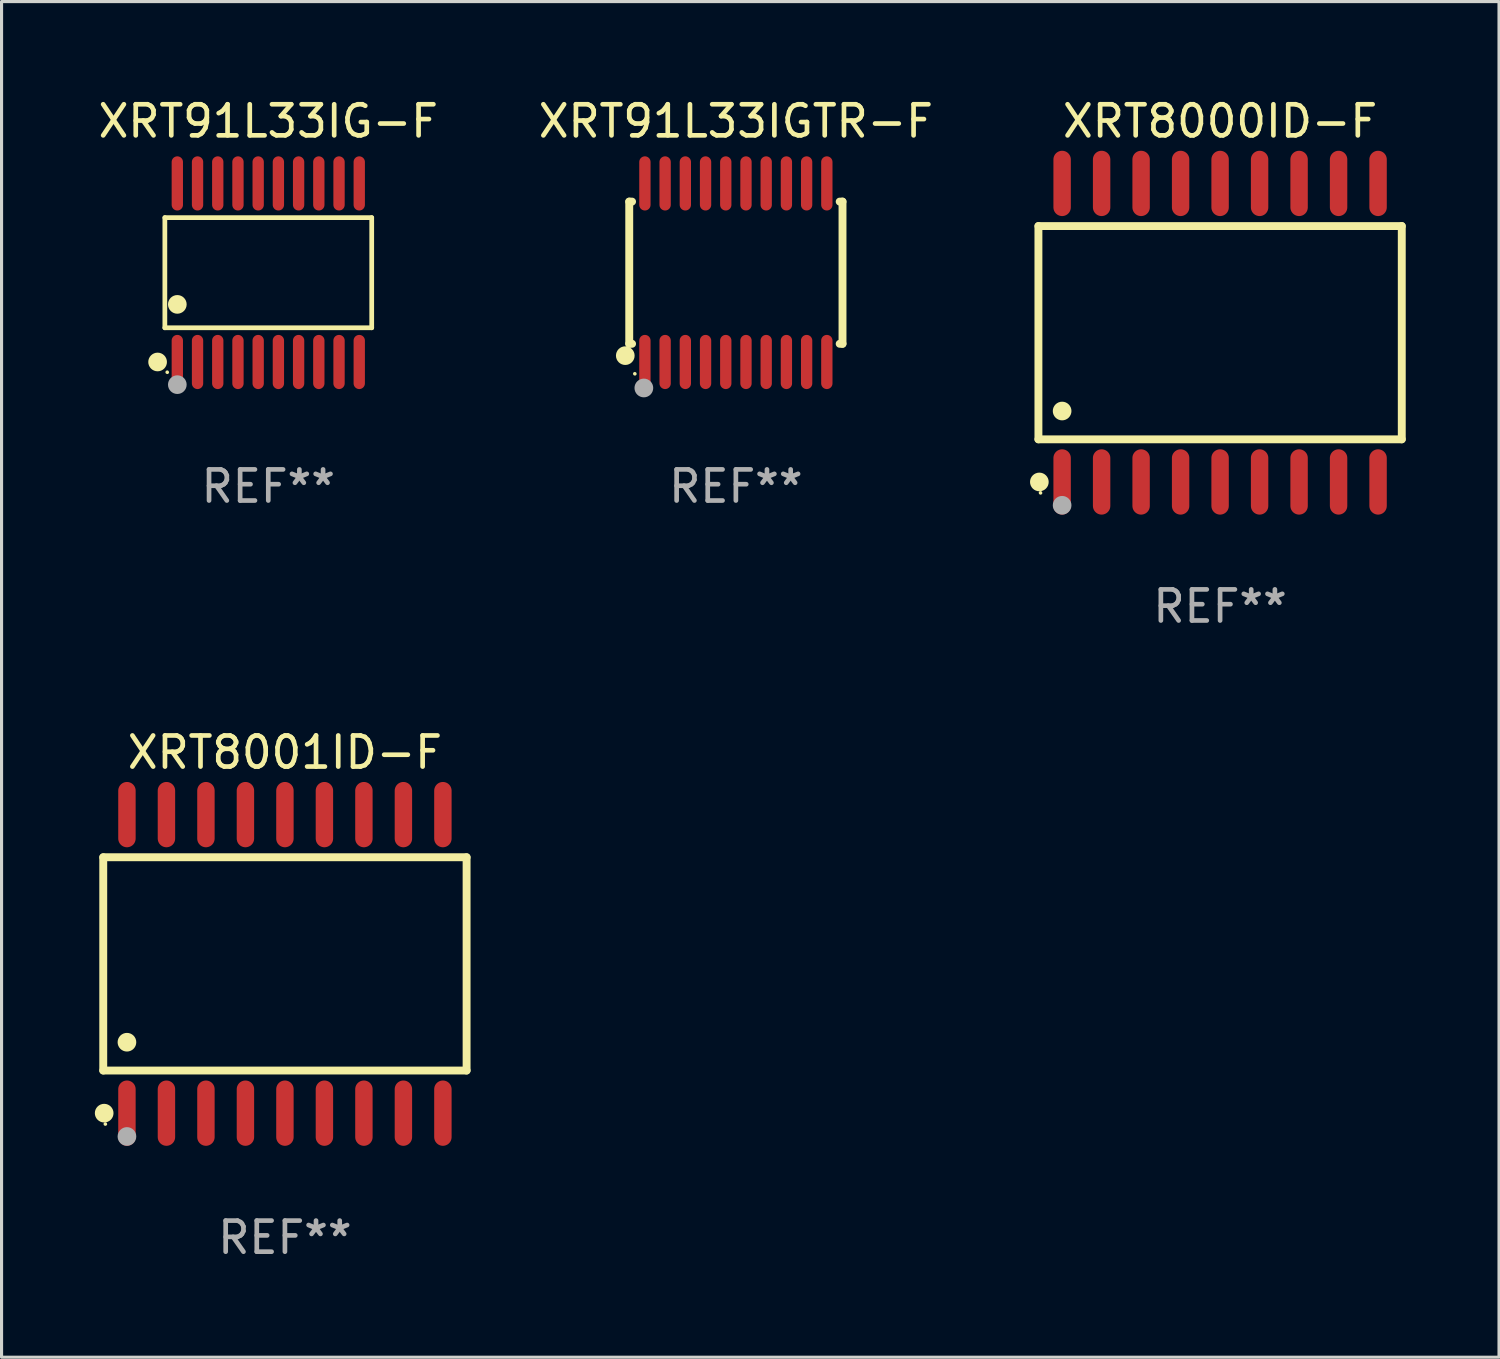
<source format=kicad_pcb>
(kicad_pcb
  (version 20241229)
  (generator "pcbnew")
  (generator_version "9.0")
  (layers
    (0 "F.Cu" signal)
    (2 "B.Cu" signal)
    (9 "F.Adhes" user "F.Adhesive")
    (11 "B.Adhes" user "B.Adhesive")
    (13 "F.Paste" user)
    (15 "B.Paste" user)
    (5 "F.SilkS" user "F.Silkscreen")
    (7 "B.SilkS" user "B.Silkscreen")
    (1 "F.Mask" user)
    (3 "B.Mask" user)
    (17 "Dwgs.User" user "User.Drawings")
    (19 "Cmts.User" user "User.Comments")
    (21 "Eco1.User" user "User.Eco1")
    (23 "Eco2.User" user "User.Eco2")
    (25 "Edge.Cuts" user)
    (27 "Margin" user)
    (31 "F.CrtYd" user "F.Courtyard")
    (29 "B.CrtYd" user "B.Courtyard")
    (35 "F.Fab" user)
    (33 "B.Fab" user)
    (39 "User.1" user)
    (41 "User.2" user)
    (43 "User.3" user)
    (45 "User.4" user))
  (footprint "XRT8000ID-F"
    (layer "F.Cu")
    (at 36.184 7.648)
    (property "Reference" "XRT8000ID-F" (at 0 -6.8 0) (layer "F.SilkS") (effects (font (size 1 1) (thickness 0.15))))
    (attr through_hole)
    (fp_line (start -5.842 -3.429) (end -5.842 3.429) (stroke (width 0.254) (type solid)) (layer "F.SilkS"))
    (fp_line (start -5.842 3.429) (end 5.842 3.429) (stroke (width 0.254) (type solid)) (layer "F.SilkS"))
    (fp_line (start 5.842 -3.429) (end -5.842 -3.429) (stroke (width 0.254) (type solid)) (layer "F.SilkS"))
    (fp_line (start 5.842 3.429) (end 5.842 -3.429) (stroke (width 0.254) (type solid)) (layer "F.SilkS"))
    (fp_circle (center -5.812 4.8) (end -5.662 4.8) (stroke (width 0.3) (type solid)) (fill no) (layer "F.SilkS"))
    (fp_circle (center -5.775 5.15) (end -5.745 5.15) (stroke (width 0.06) (type solid)) (fill no) (layer "F.SilkS"))
    (fp_circle (center -5.08 2.519) (end -4.93 2.519) (stroke (width 0.3) (type solid)) (fill no) (layer "F.SilkS"))
    (fp_circle (center -5.08 5.55) (end -4.93 5.55) (stroke (width 0.3) (type solid)) (fill no) (layer "F.Fab"))
    (fp_text user "REF**" (at 0 8.8 0) (layer "F.Fab") (effects (font (size 1 1) (thickness 0.15))))
    (pad "1" smd oval (at -5.08 4.8) (size 0.56 2.1) (layers "F.Cu" "F.Mask" "F.Paste"))
    (pad "2" smd oval (at -3.81 4.8) (size 0.56 2.1) (layers "F.Cu" "F.Mask" "F.Paste"))
    (pad "3" smd oval (at -2.54 4.8) (size 0.56 2.1) (layers "F.Cu" "F.Mask" "F.Paste"))
    (pad "4" smd oval (at -1.27 4.8) (size 0.56 2.1) (layers "F.Cu" "F.Mask" "F.Paste"))
    (pad "5" smd oval (at 0 4.8) (size 0.56 2.1) (layers "F.Cu" "F.Mask" "F.Paste"))
    (pad "6" smd oval (at 1.27 4.8) (size 0.56 2.1) (layers "F.Cu" "F.Mask" "F.Paste"))
    (pad "7" smd oval (at 2.54 4.8) (size 0.56 2.1) (layers "F.Cu" "F.Mask" "F.Paste"))
    (pad "8" smd oval (at 3.81 4.8) (size 0.56 2.1) (layers "F.Cu" "F.Mask" "F.Paste"))
    (pad "9" smd oval (at 5.08 4.8) (size 0.56 2.1) (layers "F.Cu" "F.Mask" "F.Paste"))
    (pad "10" smd oval (at 5.08 -4.8) (size 0.56 2.1) (layers "F.Cu" "F.Mask" "F.Paste"))
    (pad "11" smd oval (at 3.81 -4.8) (size 0.56 2.1) (layers "F.Cu" "F.Mask" "F.Paste"))
    (pad "12" smd oval (at 2.54 -4.8) (size 0.56 2.1) (layers "F.Cu" "F.Mask" "F.Paste"))
    (pad "13" smd oval (at 1.27 -4.8) (size 0.56 2.1) (layers "F.Cu" "F.Mask" "F.Paste"))
    (pad "14" smd oval (at 0 -4.8) (size 0.56 2.1) (layers "F.Cu" "F.Mask" "F.Paste"))
    (pad "15" smd oval (at -1.27 -4.8) (size 0.56 2.1) (layers "F.Cu" "F.Mask" "F.Paste"))
    (pad "16" smd oval (at -2.54 -4.8) (size 0.56 2.1) (layers "F.Cu" "F.Mask" "F.Paste"))
    (pad "17" smd oval (at -3.81 -4.8) (size 0.56 2.1) (layers "F.Cu" "F.Mask" "F.Paste"))
    (pad "18" smd oval (at -5.08 -4.8) (size 0.56 2.1) (layers "F.Cu" "F.Mask" "F.Paste")))
  (footprint "XRT8001ID-F"
    (layer "F.Cu")
    (at 6.112 27.945)
    (property "Reference" "XRT8001ID-F" (at 0 -6.8 0) (layer "F.SilkS") (effects (font (size 1 1) (thickness 0.15))))
    (attr through_hole)
    (fp_line (start -5.842 -3.429) (end -5.842 3.429) (stroke (width 0.254) (type solid)) (layer "F.SilkS"))
    (fp_line (start -5.842 3.429) (end 5.842 3.429) (stroke (width 0.254) (type solid)) (layer "F.SilkS"))
    (fp_line (start 5.842 -3.429) (end -5.842 -3.429) (stroke (width 0.254) (type solid)) (layer "F.SilkS"))
    (fp_line (start 5.842 3.429) (end 5.842 -3.429) (stroke (width 0.254) (type solid)) (layer "F.SilkS"))
    (fp_circle (center -5.812 4.8) (end -5.662 4.8) (stroke (width 0.3) (type solid)) (fill no) (layer "F.SilkS"))
    (fp_circle (center -5.775 5.15) (end -5.745 5.15) (stroke (width 0.06) (type solid)) (fill no) (layer "F.SilkS"))
    (fp_circle (center -5.08 2.519) (end -4.93 2.519) (stroke (width 0.3) (type solid)) (fill no) (layer "F.SilkS"))
    (fp_circle (center -5.08 5.55) (end -4.93 5.55) (stroke (width 0.3) (type solid)) (fill no) (layer "F.Fab"))
    (fp_text user "REF**" (at 0 8.8 0) (layer "F.Fab") (effects (font (size 1 1) (thickness 0.15))))
    (pad "1" smd oval (at -5.08 4.8) (size 0.56 2.1) (layers "F.Cu" "F.Mask" "F.Paste"))
    (pad "2" smd oval (at -3.81 4.8) (size 0.56 2.1) (layers "F.Cu" "F.Mask" "F.Paste"))
    (pad "3" smd oval (at -2.54 4.8) (size 0.56 2.1) (layers "F.Cu" "F.Mask" "F.Paste"))
    (pad "4" smd oval (at -1.27 4.8) (size 0.56 2.1) (layers "F.Cu" "F.Mask" "F.Paste"))
    (pad "5" smd oval (at 0 4.8) (size 0.56 2.1) (layers "F.Cu" "F.Mask" "F.Paste"))
    (pad "6" smd oval (at 1.27 4.8) (size 0.56 2.1) (layers "F.Cu" "F.Mask" "F.Paste"))
    (pad "7" smd oval (at 2.54 4.8) (size 0.56 2.1) (layers "F.Cu" "F.Mask" "F.Paste"))
    (pad "8" smd oval (at 3.81 4.8) (size 0.56 2.1) (layers "F.Cu" "F.Mask" "F.Paste"))
    (pad "9" smd oval (at 5.08 4.8) (size 0.56 2.1) (layers "F.Cu" "F.Mask" "F.Paste"))
    (pad "10" smd oval (at 5.08 -4.8) (size 0.56 2.1) (layers "F.Cu" "F.Mask" "F.Paste"))
    (pad "11" smd oval (at 3.81 -4.8) (size 0.56 2.1) (layers "F.Cu" "F.Mask" "F.Paste"))
    (pad "12" smd oval (at 2.54 -4.8) (size 0.56 2.1) (layers "F.Cu" "F.Mask" "F.Paste"))
    (pad "13" smd oval (at 1.27 -4.8) (size 0.56 2.1) (layers "F.Cu" "F.Mask" "F.Paste"))
    (pad "14" smd oval (at 0 -4.8) (size 0.56 2.1) (layers "F.Cu" "F.Mask" "F.Paste"))
    (pad "15" smd oval (at -1.27 -4.8) (size 0.56 2.1) (layers "F.Cu" "F.Mask" "F.Paste"))
    (pad "16" smd oval (at -2.54 -4.8) (size 0.56 2.1) (layers "F.Cu" "F.Mask" "F.Paste"))
    (pad "17" smd oval (at -3.81 -4.8) (size 0.56 2.1) (layers "F.Cu" "F.Mask" "F.Paste"))
    (pad "18" smd oval (at -5.08 -4.8) (size 0.56 2.1) (layers "F.Cu" "F.Mask" "F.Paste")))
  (footprint "XRT91L33IGTR-F"
    (layer "F.Cu")
    (at 20.613 5.719)
    (property "Reference" "XRT91L33IGTR-F" (at 0 -4.871 0) (layer "F.SilkS") (effects (font (size 1 1) (thickness 0.15))))
    (attr through_hole)
    (fp_line (start -3.429 -2.286) (end -3.429 2.286) (stroke (width 0.254) (type solid)) (layer "F.SilkS"))
    (fp_line (start -3.429 2.286) (end -3.338 2.286) (stroke (width 0.254) (type solid)) (layer "F.SilkS"))
    (fp_line (start -3.338 -2.286) (end -3.429 -2.286) (stroke (width 0.254) (type solid)) (layer "F.SilkS"))
    (fp_line (start 3.338 -2.286) (end 3.429 -2.286) (stroke (width 0.254) (type solid)) (layer "F.SilkS"))
    (fp_line (start 3.429 -2.286) (end 3.429 2.286) (stroke (width 0.254) (type solid)) (layer "F.SilkS"))
    (fp_line (start 3.429 2.286) (end 3.338 2.286) (stroke (width 0.254) (type solid)) (layer "F.SilkS"))
    (fp_circle (center -3.556 2.667) (end -3.406 2.667) (stroke (width 0.3) (type solid)) (fill no) (layer "F.SilkS"))
    (fp_circle (center -3.25 3.25) (end -3.22 3.25) (stroke (width 0.06) (type solid)) (fill no) (layer "F.SilkS"))
    (fp_circle (center -2.959 3.707) (end -2.808 3.707) (stroke (width 0.3) (type solid)) (fill no) (layer "F.Fab"))
    (fp_text user "REF**" (at 0 6.871 0) (layer "F.Fab") (effects (font (size 1 1) (thickness 0.15))))
    (pad "1" smd oval (at -2.925 2.871) (size 0.364 1.742) (layers "F.Cu" "F.Mask" "F.Paste"))
    (pad "2" smd oval (at -2.275 2.871) (size 0.364 1.742) (layers "F.Cu" "F.Mask" "F.Paste"))
    (pad "3" smd oval (at -1.625 2.871) (size 0.364 1.742) (layers "F.Cu" "F.Mask" "F.Paste"))
    (pad "4" smd oval (at -0.975 2.871) (size 0.364 1.742) (layers "F.Cu" "F.Mask" "F.Paste"))
    (pad "5" smd oval (at -0.325 2.871) (size 0.364 1.742) (layers "F.Cu" "F.Mask" "F.Paste"))
    (pad "6" smd oval (at 0.325 2.871) (size 0.364 1.742) (layers "F.Cu" "F.Mask" "F.Paste"))
    (pad "7" smd oval (at 0.975 2.871) (size 0.364 1.742) (layers "F.Cu" "F.Mask" "F.Paste"))
    (pad "8" smd oval (at 1.625 2.871) (size 0.364 1.742) (layers "F.Cu" "F.Mask" "F.Paste"))
    (pad "9" smd oval (at 2.275 2.871) (size 0.364 1.742) (layers "F.Cu" "F.Mask" "F.Paste"))
    (pad "10" smd oval (at 2.925 2.871) (size 0.364 1.742) (layers "F.Cu" "F.Mask" "F.Paste"))
    (pad "11" smd oval (at 2.925 -2.871) (size 0.364 1.742) (layers "F.Cu" "F.Mask" "F.Paste"))
    (pad "12" smd oval (at 2.275 -2.871) (size 0.364 1.742) (layers "F.Cu" "F.Mask" "F.Paste"))
    (pad "13" smd oval (at 1.625 -2.871) (size 0.364 1.742) (layers "F.Cu" "F.Mask" "F.Paste"))
    (pad "14" smd oval (at 0.975 -2.871) (size 0.364 1.742) (layers "F.Cu" "F.Mask" "F.Paste"))
    (pad "15" smd oval (at 0.325 -2.871) (size 0.364 1.742) (layers "F.Cu" "F.Mask" "F.Paste"))
    (pad "16" smd oval (at -0.325 -2.871) (size 0.364 1.742) (layers "F.Cu" "F.Mask" "F.Paste"))
    (pad "17" smd oval (at -0.975 -2.871) (size 0.364 1.742) (layers "F.Cu" "F.Mask" "F.Paste"))
    (pad "18" smd oval (at -1.625 -2.871) (size 0.364 1.742) (layers "F.Cu" "F.Mask" "F.Paste"))
    (pad "19" smd oval (at -2.275 -2.871) (size 0.364 1.742) (layers "F.Cu" "F.Mask" "F.Paste"))
    (pad "20" smd oval (at -2.925 -2.871) (size 0.364 1.742) (layers "F.Cu" "F.Mask" "F.Paste")))
  (footprint "XRT91L33IG-F"
    (layer "F.Cu")
    (at 5.577 5.719)
    (property "Reference" "XRT91L33IG-F" (at 0 -4.871 0) (layer "F.SilkS") (effects (font (size 1 1) (thickness 0.15))))
    (attr through_hole)
    (fp_line (start -3.326 -1.771) (end 3.326 -1.771) (stroke (width 0.152) (type solid)) (layer "F.SilkS"))
    (fp_line (start -3.326 1.771) (end -3.326 -1.771) (stroke (width 0.152) (type solid)) (layer "F.SilkS"))
    (fp_line (start 3.326 -1.771) (end 3.326 1.771) (stroke (width 0.152) (type solid)) (layer "F.SilkS"))
    (fp_line (start 3.326 1.771) (end -3.326 1.771) (stroke (width 0.152) (type solid)) (layer "F.SilkS"))
    (fp_circle (center -3.559 2.871) (end -3.409 2.871) (stroke (width 0.3) (type solid)) (fill no) (layer "F.SilkS"))
    (fp_circle (center -3.25 3.2) (end -3.22 3.2) (stroke (width 0.06) (type solid)) (fill no) (layer "F.SilkS"))
    (fp_circle (center -2.925 1.019) (end -2.775 1.019) (stroke (width 0.3) (type solid)) (fill no) (layer "F.SilkS"))
    (fp_circle (center -2.925 3.6) (end -2.775 3.6) (stroke (width 0.3) (type solid)) (fill no) (layer "F.Fab"))
    (fp_text user "REF**" (at 0 6.871 0) (layer "F.Fab") (effects (font (size 1 1) (thickness 0.15))))
    (pad "1" smd oval (at -2.925 2.871) (size 0.364 1.742) (layers "F.Cu" "F.Mask" "F.Paste"))
    (pad "2" smd oval (at -2.275 2.871) (size 0.364 1.742) (layers "F.Cu" "F.Mask" "F.Paste"))
    (pad "3" smd oval (at -1.625 2.871) (size 0.364 1.742) (layers "F.Cu" "F.Mask" "F.Paste"))
    (pad "4" smd oval (at -0.975 2.871) (size 0.364 1.742) (layers "F.Cu" "F.Mask" "F.Paste"))
    (pad "5" smd oval (at -0.325 2.871) (size 0.364 1.742) (layers "F.Cu" "F.Mask" "F.Paste"))
    (pad "6" smd oval (at 0.325 2.871) (size 0.364 1.742) (layers "F.Cu" "F.Mask" "F.Paste"))
    (pad "7" smd oval (at 0.975 2.871) (size 0.364 1.742) (layers "F.Cu" "F.Mask" "F.Paste"))
    (pad "8" smd oval (at 1.625 2.871) (size 0.364 1.742) (layers "F.Cu" "F.Mask" "F.Paste"))
    (pad "9" smd oval (at 2.275 2.871) (size 0.364 1.742) (layers "F.Cu" "F.Mask" "F.Paste"))
    (pad "10" smd oval (at 2.925 2.871) (size 0.364 1.742) (layers "F.Cu" "F.Mask" "F.Paste"))
    (pad "11" smd oval (at 2.925 -2.871) (size 0.364 1.742) (layers "F.Cu" "F.Mask" "F.Paste"))
    (pad "12" smd oval (at 2.275 -2.871) (size 0.364 1.742) (layers "F.Cu" "F.Mask" "F.Paste"))
    (pad "13" smd oval (at 1.625 -2.871) (size 0.364 1.742) (layers "F.Cu" "F.Mask" "F.Paste"))
    (pad "14" smd oval (at 0.975 -2.871) (size 0.364 1.742) (layers "F.Cu" "F.Mask" "F.Paste"))
    (pad "15" smd oval (at 0.325 -2.871) (size 0.364 1.742) (layers "F.Cu" "F.Mask" "F.Paste"))
    (pad "16" smd oval (at -0.325 -2.871) (size 0.364 1.742) (layers "F.Cu" "F.Mask" "F.Paste"))
    (pad "17" smd oval (at -0.975 -2.871) (size 0.364 1.742) (layers "F.Cu" "F.Mask" "F.Paste"))
    (pad "18" smd oval (at -1.625 -2.871) (size 0.364 1.742) (layers "F.Cu" "F.Mask" "F.Paste"))
    (pad "19" smd oval (at -2.275 -2.871) (size 0.364 1.742) (layers "F.Cu" "F.Mask" "F.Paste"))
    (pad "20" smd oval (at -2.925 -2.871) (size 0.364 1.742) (layers "F.Cu" "F.Mask" "F.Paste")))
  (gr_rect
    (start -3 -3)
    (end 45.153 40.593)
    (stroke (width 0.1) (type default))
    (fill no)
    (layer "Edge.Cuts")))
</source>
